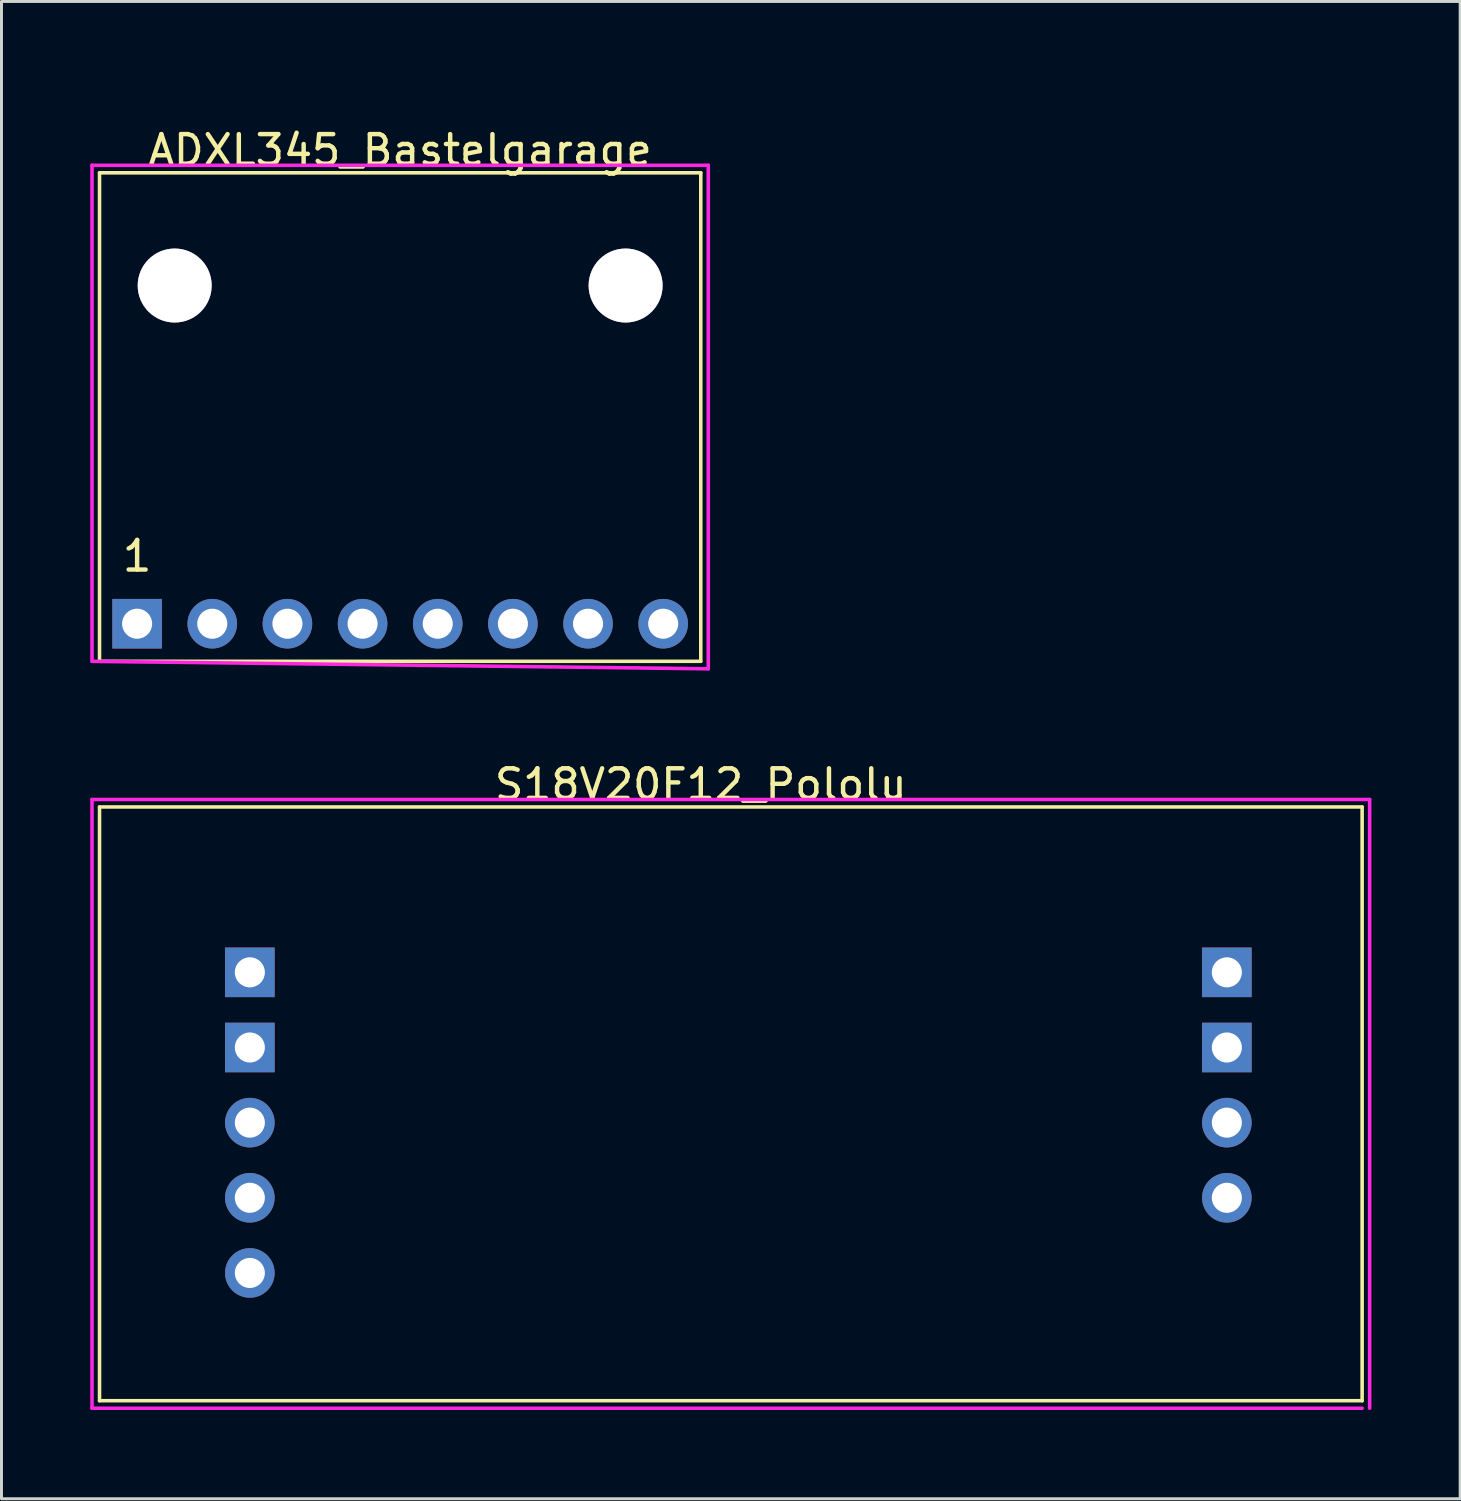
<source format=kicad_pcb>
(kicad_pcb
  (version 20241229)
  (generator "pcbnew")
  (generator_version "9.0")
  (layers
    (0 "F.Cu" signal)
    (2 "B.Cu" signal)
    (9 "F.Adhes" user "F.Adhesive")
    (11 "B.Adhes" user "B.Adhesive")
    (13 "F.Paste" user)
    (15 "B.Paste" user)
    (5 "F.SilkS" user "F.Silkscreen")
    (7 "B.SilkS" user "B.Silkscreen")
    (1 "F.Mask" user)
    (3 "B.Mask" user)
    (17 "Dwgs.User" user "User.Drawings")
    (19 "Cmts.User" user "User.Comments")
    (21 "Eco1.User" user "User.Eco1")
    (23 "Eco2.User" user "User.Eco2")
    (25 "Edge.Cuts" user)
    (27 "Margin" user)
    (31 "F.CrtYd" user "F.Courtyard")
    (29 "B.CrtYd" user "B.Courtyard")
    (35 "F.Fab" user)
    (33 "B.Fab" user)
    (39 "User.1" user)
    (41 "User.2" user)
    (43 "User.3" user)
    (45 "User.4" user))
  (footprint "ADXL345_Bastelgarage"
    (layer "F.Cu")
    (at 10.474 0.25)
    (property "Reference" "ADXL345_Bastelgarage" (at 0 1.778 0) (layer "F.SilkS") (effects (font (size 1 1) (thickness 0.15))))
    (attr through_hole)
    (fp_line (start -10.16 2.54) (end -10.16 19.05) (stroke (width 0.12) (type solid)) (layer "F.SilkS"))
    (fp_line (start -10.16 19.05) (end 10.16 19.05) (stroke (width 0.12) (type solid)) (layer "F.SilkS"))
    (fp_line (start 10.16 2.54) (end -10.16 2.54) (stroke (width 0.12) (type solid)) (layer "F.SilkS"))
    (fp_line (start 10.16 19.05) (end 10.16 2.54) (stroke (width 0.12) (type solid)) (layer "F.SilkS"))
    (fp_line (start -10.414 2.286) (end 10.414 2.286) (stroke (width 0.12) (type solid)) (layer "F.CrtYd"))
    (fp_line (start -10.414 19.05) (end -10.414 2.286) (stroke (width 0.12) (type solid)) (layer "F.CrtYd"))
    (fp_line (start 10.414 2.286) (end 10.414 19.304) (stroke (width 0.12) (type solid)) (layer "F.CrtYd"))
    (fp_line (start 10.414 19.304) (end -10.414 19.05) (stroke (width 0.12) (type solid)) (layer "F.CrtYd"))
    (fp_text user "1" (at -8.89 15.494 0) (layer "F.SilkS") (effects (font (size 1 1) (thickness 0.15))))
    (pad "1" thru_hole rect (at -8.89 17.78) (size 1.676 1.676) (drill 1.016) (layers "*.Cu" "*.Mask"))
    (pad "2" thru_hole circle (at -6.35 17.78) (size 1.676 1.676) (drill 1.016) (layers "*.Cu" "*.Mask"))
    (pad "3" thru_hole circle (at -3.81 17.78) (size 1.676 1.676) (drill 1.016) (layers "*.Cu" "*.Mask"))
    (pad "4" thru_hole circle (at -1.27 17.78) (size 1.676 1.676) (drill 1.016) (layers "*.Cu" "*.Mask"))
    (pad "5" thru_hole circle (at 1.27 17.78) (size 1.676 1.676) (drill 1.016) (layers "*.Cu" "*.Mask"))
    (pad "6" thru_hole circle (at 3.81 17.78) (size 1.676 1.676) (drill 1.016) (layers "*.Cu" "*.Mask"))
    (pad "7" thru_hole circle (at 6.35 17.78) (size 1.676 1.676) (drill 1.016) (layers "*.Cu" "*.Mask"))
    (pad "8" thru_hole circle (at 8.89 17.78) (size 1.676 1.676) (drill 1.016) (layers "*.Cu" "*.Mask"))
    (pad "A1" thru_hole circle (at -7.62 6.35) (size 2.5 2.5) (drill 2.5) (layers "*.Cu" "*.Mask"))
    (pad "A2" thru_hole circle (at 7.62 6.35) (size 2.5 2.5) (drill 2.5) (layers "*.Cu" "*.Mask")))
  (footprint "S18V20F12_Pololu"
    (layer "F.Cu")
    (at 20.634 33.368)
    (property "Reference" "S18V20F12_Pololu" (at 0 -9.906 0) (layer "F.SilkS") (effects (font (size 1 1) (thickness 0.15))))
    (attr through_hole)
    (fp_line (start -20.32 -9.144) (end 22.352 -9.144) (stroke (width 0.12) (type solid)) (layer "F.SilkS"))
    (fp_line (start -20.32 10.922) (end -20.32 -9.144) (stroke (width 0.12) (type solid)) (layer "F.SilkS"))
    (fp_line (start -20.32 10.922) (end 22.352 10.922) (stroke (width 0.12) (type solid)) (layer "F.SilkS"))
    (fp_line (start 22.352 -9.144) (end 22.352 10.922) (stroke (width 0.12) (type solid)) (layer "F.SilkS"))
    (fp_line (start -20.574 -9.398) (end 22.606 -9.398) (stroke (width 0.12) (type solid)) (layer "F.CrtYd"))
    (fp_line (start -20.574 11.176) (end -20.574 -9.398) (stroke (width 0.12) (type solid)) (layer "F.CrtYd"))
    (fp_line (start 22.352 11.176) (end -20.574 11.176) (stroke (width 0.12) (type solid)) (layer "F.CrtYd"))
    (fp_line (start 22.606 -9.398) (end 22.606 11.176) (stroke (width 0.12) (type solid)) (layer "F.CrtYd"))
    (pad "1" thru_hole rect (at -15.24 -3.556) (size 1.676 1.676) (drill 1.016) (layers "*.Cu" "*.Mask"))
    (pad "2" thru_hole rect (at -15.24 -1.016) (size 1.676 1.676) (drill 1.016) (layers "*.Cu" "*.Mask"))
    (pad "3" thru_hole circle (at -15.24 1.524) (size 1.676 1.676) (drill 1.016) (layers "*.Cu" "*.Mask"))
    (pad "4" thru_hole circle (at -15.24 4.064) (size 1.676 1.676) (drill 1.016) (layers "*.Cu" "*.Mask"))
    (pad "5" thru_hole circle (at -15.24 6.604) (size 1.676 1.676) (drill 1.016) (layers "*.Cu" "*.Mask"))
    (pad "6" thru_hole rect (at 17.78 -3.556) (size 1.676 1.676) (drill 1.016) (layers "*.Cu" "*.Mask"))
    (pad "7" thru_hole rect (at 17.78 -1.016) (size 1.676 1.676) (drill 1.016) (layers "*.Cu" "*.Mask"))
    (pad "8" thru_hole circle (at 17.78 1.524) (size 1.676 1.676) (drill 1.016) (layers "*.Cu" "*.Mask"))
    (pad "9" thru_hole circle (at 17.78 4.064) (size 1.676 1.676) (drill 1.016) (layers "*.Cu" "*.Mask")))
  (gr_rect
    (start -3 -3)
    (end 46.3 47.604)
    (stroke (width 0.1) (type default))
    (fill no)
    (layer "Edge.Cuts")))
</source>
